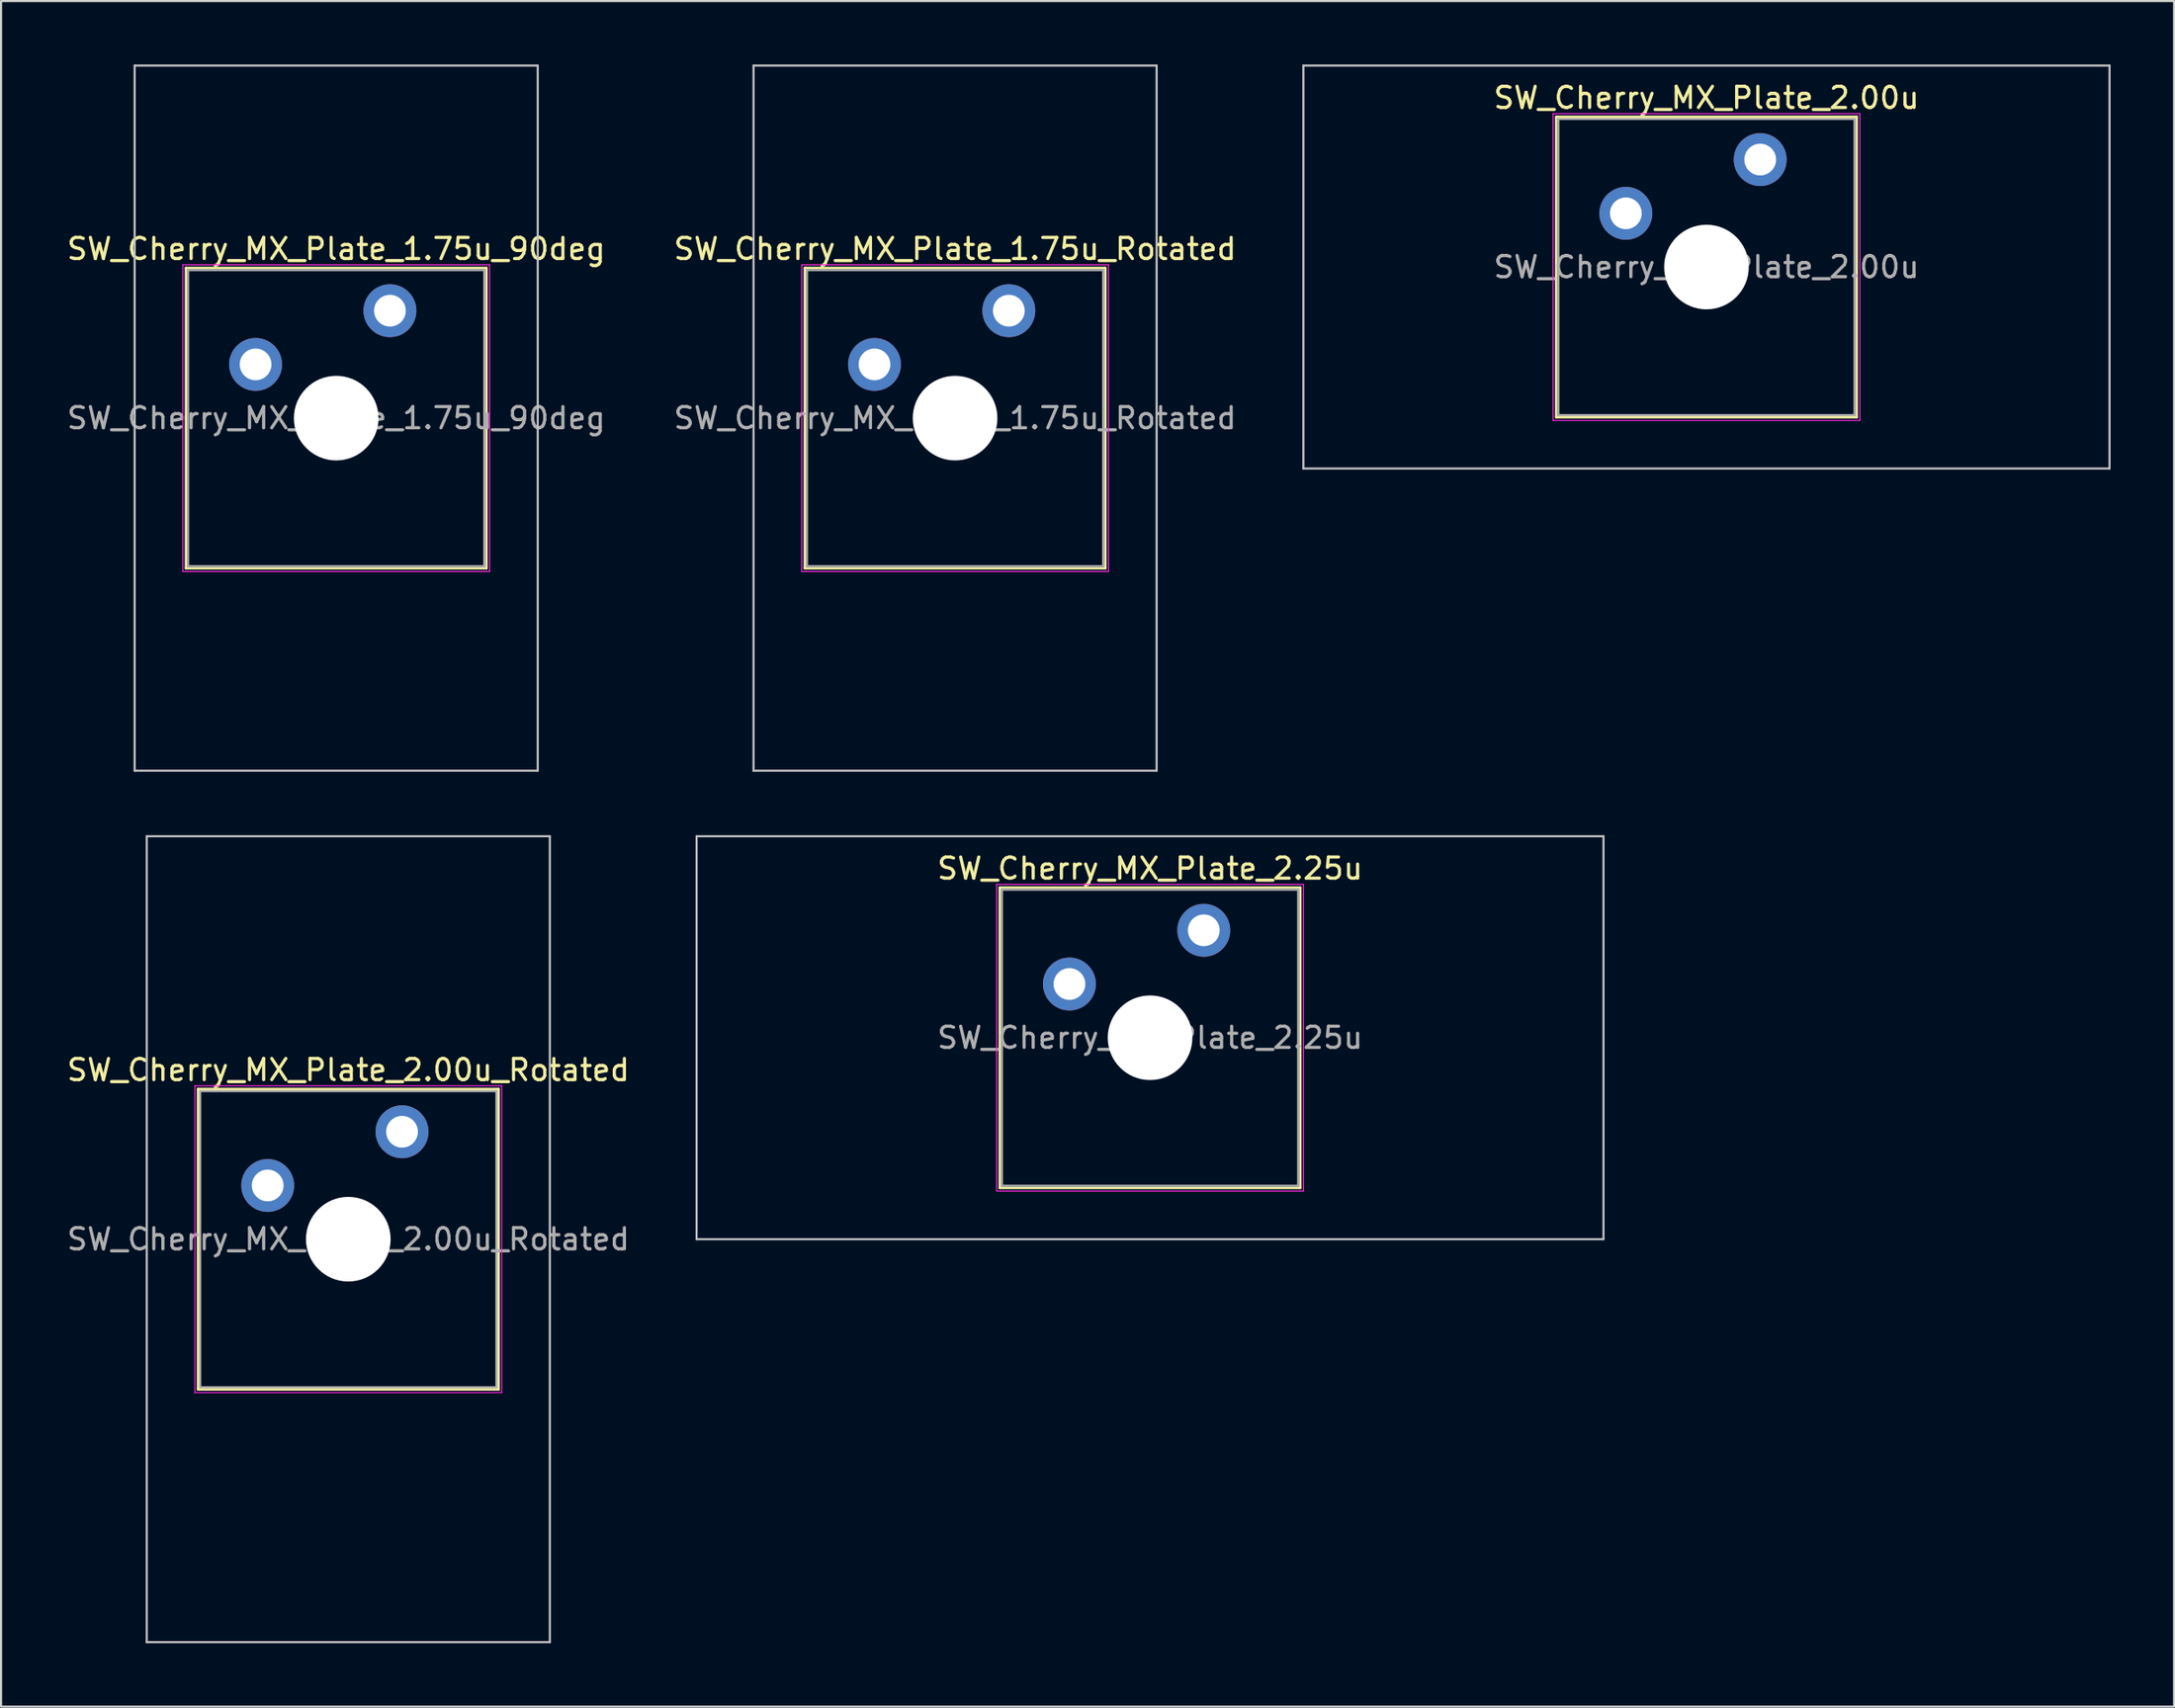
<source format=kicad_pcb>
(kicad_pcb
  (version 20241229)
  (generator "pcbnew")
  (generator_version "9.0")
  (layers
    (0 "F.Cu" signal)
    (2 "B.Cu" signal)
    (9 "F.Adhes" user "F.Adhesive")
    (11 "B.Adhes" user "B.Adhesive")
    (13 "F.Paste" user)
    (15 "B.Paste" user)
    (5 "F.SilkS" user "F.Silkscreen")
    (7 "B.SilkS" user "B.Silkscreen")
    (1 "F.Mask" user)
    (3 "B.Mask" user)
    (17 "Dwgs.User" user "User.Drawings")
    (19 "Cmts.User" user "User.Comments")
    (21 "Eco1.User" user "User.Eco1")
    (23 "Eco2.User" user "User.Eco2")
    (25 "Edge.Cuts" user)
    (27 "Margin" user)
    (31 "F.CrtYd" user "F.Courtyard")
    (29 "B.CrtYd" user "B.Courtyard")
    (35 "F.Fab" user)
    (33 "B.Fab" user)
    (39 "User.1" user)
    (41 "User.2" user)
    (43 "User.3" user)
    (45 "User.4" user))
  (footprint "SW_Cherry_MX_Plate_2.00u"
    (layer "F.Cu")
    (at 77.6 9.575)
    (property "Reference" "SW_Cherry_MX_Plate_2.00u" (at 0 -8 0) (layer "F.SilkS") (effects (font (size 1 1) (thickness 0.15))))
    (attr through_hole)
    (fp_line (start -7.1 -7.1) (end -7.1 7.1) (stroke (width 0.12) (type solid)) (layer "F.SilkS"))
    (fp_line (start -7.1 7.1) (end 7.1 7.1) (stroke (width 0.12) (type solid)) (layer "F.SilkS"))
    (fp_line (start 7.1 -7.1) (end -7.1 -7.1) (stroke (width 0.12) (type solid)) (layer "F.SilkS"))
    (fp_line (start 7.1 7.1) (end 7.1 -7.1) (stroke (width 0.12) (type solid)) (layer "F.SilkS"))
    (fp_line (start -19.05 -9.525) (end -19.05 9.525) (stroke (width 0.1) (type solid)) (layer "Dwgs.User"))
    (fp_line (start -19.05 9.525) (end 19.05 9.525) (stroke (width 0.1) (type solid)) (layer "Dwgs.User"))
    (fp_line (start 19.05 -9.525) (end -19.05 -9.525) (stroke (width 0.1) (type solid)) (layer "Dwgs.User"))
    (fp_line (start 19.05 9.525) (end 19.05 -9.525) (stroke (width 0.1) (type solid)) (layer "Dwgs.User"))
    (fp_line (start -7 -7) (end -7 7) (stroke (width 0.1) (type solid)) (layer "Eco1.User"))
    (fp_line (start -7 7) (end 7 7) (stroke (width 0.1) (type solid)) (layer "Eco1.User"))
    (fp_line (start 7 -7) (end -7 -7) (stroke (width 0.1) (type solid)) (layer "Eco1.User"))
    (fp_line (start 7 7) (end 7 -7) (stroke (width 0.1) (type solid)) (layer "Eco1.User"))
    (fp_line (start -7.25 -7.25) (end -7.25 7.25) (stroke (width 0.05) (type solid)) (layer "F.CrtYd"))
    (fp_line (start -7.25 7.25) (end 7.25 7.25) (stroke (width 0.05) (type solid)) (layer "F.CrtYd"))
    (fp_line (start 7.25 -7.25) (end -7.25 -7.25) (stroke (width 0.05) (type solid)) (layer "F.CrtYd"))
    (fp_line (start 7.25 7.25) (end 7.25 -7.25) (stroke (width 0.05) (type solid)) (layer "F.CrtYd"))
    (fp_line (start -7 -7) (end -7 7) (stroke (width 0.1) (type solid)) (layer "F.Fab"))
    (fp_line (start -7 7) (end 7 7) (stroke (width 0.1) (type solid)) (layer "F.Fab"))
    (fp_line (start 7 -7) (end -7 -7) (stroke (width 0.1) (type solid)) (layer "F.Fab"))
    (fp_line (start 7 7) (end 7 -7) (stroke (width 0.1) (type solid)) (layer "F.Fab"))
    (fp_text user "${REFERENCE}" (at 0 0 0) (layer "F.Fab") (effects (font (size 1 1) (thickness 0.15))))
    (pad "" np_thru_hole circle (at 0 0) (size 4 4) (drill 4) (layers "*.Cu" "*.Mask"))
    (pad "1" thru_hole circle (at -3.81 -2.54) (size 2.5 2.5) (drill 1.5) (layers "*.Cu" "B.Mask"))
    (pad "2" thru_hole circle (at 2.54 -5.08) (size 2.5 2.5) (drill 1.5) (layers "*.Cu" "B.Mask")))
  (footprint "SW_Cherry_MX_Plate_2.25u"
    (layer "F.Cu")
    (at 51.303 46.013)
    (property "Reference" "SW_Cherry_MX_Plate_2.25u" (at 0 -8 0) (layer "F.SilkS") (effects (font (size 1 1) (thickness 0.15))))
    (attr through_hole)
    (fp_line (start -7.1 -7.1) (end -7.1 7.1) (stroke (width 0.12) (type solid)) (layer "F.SilkS"))
    (fp_line (start -7.1 7.1) (end 7.1 7.1) (stroke (width 0.12) (type solid)) (layer "F.SilkS"))
    (fp_line (start 7.1 -7.1) (end -7.1 -7.1) (stroke (width 0.12) (type solid)) (layer "F.SilkS"))
    (fp_line (start 7.1 7.1) (end 7.1 -7.1) (stroke (width 0.12) (type solid)) (layer "F.SilkS"))
    (fp_line (start -21.431 -9.525) (end -21.431 9.525) (stroke (width 0.1) (type solid)) (layer "Dwgs.User"))
    (fp_line (start -21.431 9.525) (end 21.431 9.525) (stroke (width 0.1) (type solid)) (layer "Dwgs.User"))
    (fp_line (start 21.431 -9.525) (end -21.431 -9.525) (stroke (width 0.1) (type solid)) (layer "Dwgs.User"))
    (fp_line (start 21.431 9.525) (end 21.431 -9.525) (stroke (width 0.1) (type solid)) (layer "Dwgs.User"))
    (fp_line (start -7 -7) (end -7 7) (stroke (width 0.1) (type solid)) (layer "Eco1.User"))
    (fp_line (start -7 7) (end 7 7) (stroke (width 0.1) (type solid)) (layer "Eco1.User"))
    (fp_line (start 7 -7) (end -7 -7) (stroke (width 0.1) (type solid)) (layer "Eco1.User"))
    (fp_line (start 7 7) (end 7 -7) (stroke (width 0.1) (type solid)) (layer "Eco1.User"))
    (fp_line (start -7.25 -7.25) (end -7.25 7.25) (stroke (width 0.05) (type solid)) (layer "F.CrtYd"))
    (fp_line (start -7.25 7.25) (end 7.25 7.25) (stroke (width 0.05) (type solid)) (layer "F.CrtYd"))
    (fp_line (start 7.25 -7.25) (end -7.25 -7.25) (stroke (width 0.05) (type solid)) (layer "F.CrtYd"))
    (fp_line (start 7.25 7.25) (end 7.25 -7.25) (stroke (width 0.05) (type solid)) (layer "F.CrtYd"))
    (fp_line (start -7 -7) (end -7 7) (stroke (width 0.1) (type solid)) (layer "F.Fab"))
    (fp_line (start -7 7) (end 7 7) (stroke (width 0.1) (type solid)) (layer "F.Fab"))
    (fp_line (start 7 -7) (end -7 -7) (stroke (width 0.1) (type solid)) (layer "F.Fab"))
    (fp_line (start 7 7) (end 7 -7) (stroke (width 0.1) (type solid)) (layer "F.Fab"))
    (fp_text user "${REFERENCE}" (at 0 0 0) (layer "F.Fab") (effects (font (size 1 1) (thickness 0.15))))
    (pad "" np_thru_hole circle (at 0 0) (size 4 4) (drill 4) (layers "*.Cu" "*.Mask"))
    (pad "1" thru_hole circle (at -3.81 -2.54) (size 2.5 2.5) (drill 1.5) (layers "*.Cu" "B.Mask"))
    (pad "2" thru_hole circle (at 2.54 -5.08) (size 2.5 2.5) (drill 1.5) (layers "*.Cu" "B.Mask")))
  (footprint "SW_Cherry_MX_Plate_1.75u_90deg"
    (layer "F.Cu")
    (at 12.839 16.719)
    (property "Reference" "SW_Cherry_MX_Plate_1.75u_90deg" (at 0 -8 0) (layer "F.SilkS") (effects (font (size 1 1) (thickness 0.15))))
    (attr through_hole)
    (fp_line (start -7.1 -7.1) (end -7.1 7.1) (stroke (width 0.12) (type solid)) (layer "F.SilkS"))
    (fp_line (start -7.1 7.1) (end 7.1 7.1) (stroke (width 0.12) (type solid)) (layer "F.SilkS"))
    (fp_line (start 7.1 -7.1) (end -7.1 -7.1) (stroke (width 0.12) (type solid)) (layer "F.SilkS"))
    (fp_line (start 7.1 7.1) (end 7.1 -7.1) (stroke (width 0.12) (type solid)) (layer "F.SilkS"))
    (fp_line (start -9.525 -16.669) (end 9.525 -16.669) (stroke (width 0.1) (type solid)) (layer "Dwgs.User"))
    (fp_line (start -9.525 16.669) (end -9.525 -16.669) (stroke (width 0.1) (type solid)) (layer "Dwgs.User"))
    (fp_line (start 9.525 -16.669) (end 9.525 16.669) (stroke (width 0.1) (type solid)) (layer "Dwgs.User"))
    (fp_line (start 9.525 16.669) (end -9.525 16.669) (stroke (width 0.1) (type solid)) (layer "Dwgs.User"))
    (fp_line (start -7 -7) (end -7 7) (stroke (width 0.1) (type solid)) (layer "Eco1.User"))
    (fp_line (start -7 7) (end 7 7) (stroke (width 0.1) (type solid)) (layer "Eco1.User"))
    (fp_line (start 7 -7) (end -7 -7) (stroke (width 0.1) (type solid)) (layer "Eco1.User"))
    (fp_line (start 7 7) (end 7 -7) (stroke (width 0.1) (type solid)) (layer "Eco1.User"))
    (fp_line (start -7.25 -7.25) (end -7.25 7.25) (stroke (width 0.05) (type solid)) (layer "F.CrtYd"))
    (fp_line (start -7.25 7.25) (end 7.25 7.25) (stroke (width 0.05) (type solid)) (layer "F.CrtYd"))
    (fp_line (start 7.25 -7.25) (end -7.25 -7.25) (stroke (width 0.05) (type solid)) (layer "F.CrtYd"))
    (fp_line (start 7.25 7.25) (end 7.25 -7.25) (stroke (width 0.05) (type solid)) (layer "F.CrtYd"))
    (fp_line (start -7 -7) (end -7 7) (stroke (width 0.1) (type solid)) (layer "F.Fab"))
    (fp_line (start -7 7) (end 7 7) (stroke (width 0.1) (type solid)) (layer "F.Fab"))
    (fp_line (start 7 -7) (end -7 -7) (stroke (width 0.1) (type solid)) (layer "F.Fab"))
    (fp_line (start 7 7) (end 7 -7) (stroke (width 0.1) (type solid)) (layer "F.Fab"))
    (fp_text user "${REFERENCE}" (at 0 0 0) (layer "F.Fab") (effects (font (size 1 1) (thickness 0.15))))
    (pad "" np_thru_hole circle (at 0 0) (size 4 4) (drill 4) (layers "*.Cu" "*.Mask"))
    (pad "1" thru_hole circle (at -3.81 -2.54) (size 2.5 2.5) (drill 1.5) (layers "*.Cu" "B.Mask"))
    (pad "2" thru_hole circle (at 2.54 -5.08) (size 2.5 2.5) (drill 1.5) (layers "*.Cu" "B.Mask")))
  (footprint "SW_Cherry_MX_Plate_2.00u_Rotated"
    (layer "F.Cu")
    (at 13.411 55.538)
    (property "Reference" "SW_Cherry_MX_Plate_2.00u_Rotated" (at 0 -8 0) (layer "F.SilkS") (effects (font (size 1 1) (thickness 0.15))))
    (attr through_hole)
    (fp_line (start -7.1 -7.1) (end -7.1 7.1) (stroke (width 0.12) (type solid)) (layer "F.SilkS"))
    (fp_line (start -7.1 7.1) (end 7.1 7.1) (stroke (width 0.12) (type solid)) (layer "F.SilkS"))
    (fp_line (start 7.1 -7.1) (end -7.1 -7.1) (stroke (width 0.12) (type solid)) (layer "F.SilkS"))
    (fp_line (start 7.1 7.1) (end 7.1 -7.1) (stroke (width 0.12) (type solid)) (layer "F.SilkS"))
    (fp_line (start -9.525 -19.05) (end -9.525 19.05) (stroke (width 0.1) (type solid)) (layer "Dwgs.User"))
    (fp_line (start -9.525 19.05) (end 9.525 19.05) (stroke (width 0.1) (type solid)) (layer "Dwgs.User"))
    (fp_line (start 9.525 -19.05) (end -9.525 -19.05) (stroke (width 0.1) (type solid)) (layer "Dwgs.User"))
    (fp_line (start 9.525 19.05) (end 9.525 -19.05) (stroke (width 0.1) (type solid)) (layer "Dwgs.User"))
    (fp_line (start -7.25 -7.25) (end -7.25 7.25) (stroke (width 0.05) (type solid)) (layer "F.CrtYd"))
    (fp_line (start -7.25 7.25) (end 7.25 7.25) (stroke (width 0.05) (type solid)) (layer "F.CrtYd"))
    (fp_line (start 7.25 -7.25) (end -7.25 -7.25) (stroke (width 0.05) (type solid)) (layer "F.CrtYd"))
    (fp_line (start 7.25 7.25) (end 7.25 -7.25) (stroke (width 0.05) (type solid)) (layer "F.CrtYd"))
    (fp_line (start -7 -7) (end -7 7) (stroke (width 0.1) (type solid)) (layer "F.Fab"))
    (fp_line (start -7 7) (end 7 7) (stroke (width 0.1) (type solid)) (layer "F.Fab"))
    (fp_line (start 7 -7) (end -7 -7) (stroke (width 0.1) (type solid)) (layer "F.Fab"))
    (fp_line (start 7 7) (end 7 -7) (stroke (width 0.1) (type solid)) (layer "F.Fab"))
    (fp_text user "${REFERENCE}" (at 0 0 0) (layer "F.Fab") (effects (font (size 1 1) (thickness 0.15))))
    (pad "" np_thru_hole circle (at 0 0) (size 4 4) (drill 4) (layers "*.Cu" "*.Mask"))
    (pad "1" thru_hole circle (at -3.81 -2.54) (size 2.5 2.5) (drill 1.5) (layers "*.Cu" "B.Mask"))
    (pad "2" thru_hole circle (at 2.54 -5.08) (size 2.5 2.5) (drill 1.5) (layers "*.Cu" "B.Mask")))
  (footprint "SW_Cherry_MX_Plate_1.75u_Rotated"
    (layer "F.Cu")
    (at 42.089 16.719)
    (property "Reference" "SW_Cherry_MX_Plate_1.75u_Rotated" (at 0 -8 0) (layer "F.SilkS") (effects (font (size 1 1) (thickness 0.15))))
    (attr through_hole)
    (fp_line (start -7.1 -7.1) (end -7.1 7.1) (stroke (width 0.12) (type solid)) (layer "F.SilkS"))
    (fp_line (start -7.1 7.1) (end 7.1 7.1) (stroke (width 0.12) (type solid)) (layer "F.SilkS"))
    (fp_line (start 7.1 -7.1) (end -7.1 -7.1) (stroke (width 0.12) (type solid)) (layer "F.SilkS"))
    (fp_line (start 7.1 7.1) (end 7.1 -7.1) (stroke (width 0.12) (type solid)) (layer "F.SilkS"))
    (fp_line (start -9.525 -16.669) (end -9.525 16.669) (stroke (width 0.1) (type solid)) (layer "Dwgs.User"))
    (fp_line (start -9.525 16.669) (end 9.525 16.669) (stroke (width 0.1) (type solid)) (layer "Dwgs.User"))
    (fp_line (start 9.525 -16.669) (end -9.525 -16.669) (stroke (width 0.1) (type solid)) (layer "Dwgs.User"))
    (fp_line (start 9.525 16.669) (end 9.525 -16.669) (stroke (width 0.1) (type solid)) (layer "Dwgs.User"))
    (fp_line (start -7.25 -7.25) (end -7.25 7.25) (stroke (width 0.05) (type solid)) (layer "F.CrtYd"))
    (fp_line (start -7.25 7.25) (end 7.25 7.25) (stroke (width 0.05) (type solid)) (layer "F.CrtYd"))
    (fp_line (start 7.25 -7.25) (end -7.25 -7.25) (stroke (width 0.05) (type solid)) (layer "F.CrtYd"))
    (fp_line (start 7.25 7.25) (end 7.25 -7.25) (stroke (width 0.05) (type solid)) (layer "F.CrtYd"))
    (fp_line (start -7 -7) (end -7 7) (stroke (width 0.1) (type solid)) (layer "F.Fab"))
    (fp_line (start -7 7) (end 7 7) (stroke (width 0.1) (type solid)) (layer "F.Fab"))
    (fp_line (start 7 -7) (end -7 -7) (stroke (width 0.1) (type solid)) (layer "F.Fab"))
    (fp_line (start 7 7) (end 7 -7) (stroke (width 0.1) (type solid)) (layer "F.Fab"))
    (fp_text user "${REFERENCE}" (at 0 0 0) (layer "F.Fab") (effects (font (size 1 1) (thickness 0.15))))
    (pad "" np_thru_hole circle (at 0 0) (size 4 4) (drill 4) (layers "*.Cu" "*.Mask"))
    (pad "1" thru_hole circle (at -3.81 -2.54) (size 2.5 2.5) (drill 1.5) (layers "*.Cu" "B.Mask"))
    (pad "2" thru_hole circle (at 2.54 -5.08) (size 2.5 2.5) (drill 1.5) (layers "*.Cu" "B.Mask")))
  (gr_rect
    (start -3 -3)
    (end 99.7 77.638)
    (stroke (width 0.1) (type default))
    (fill no)
    (layer "Edge.Cuts")))
</source>
